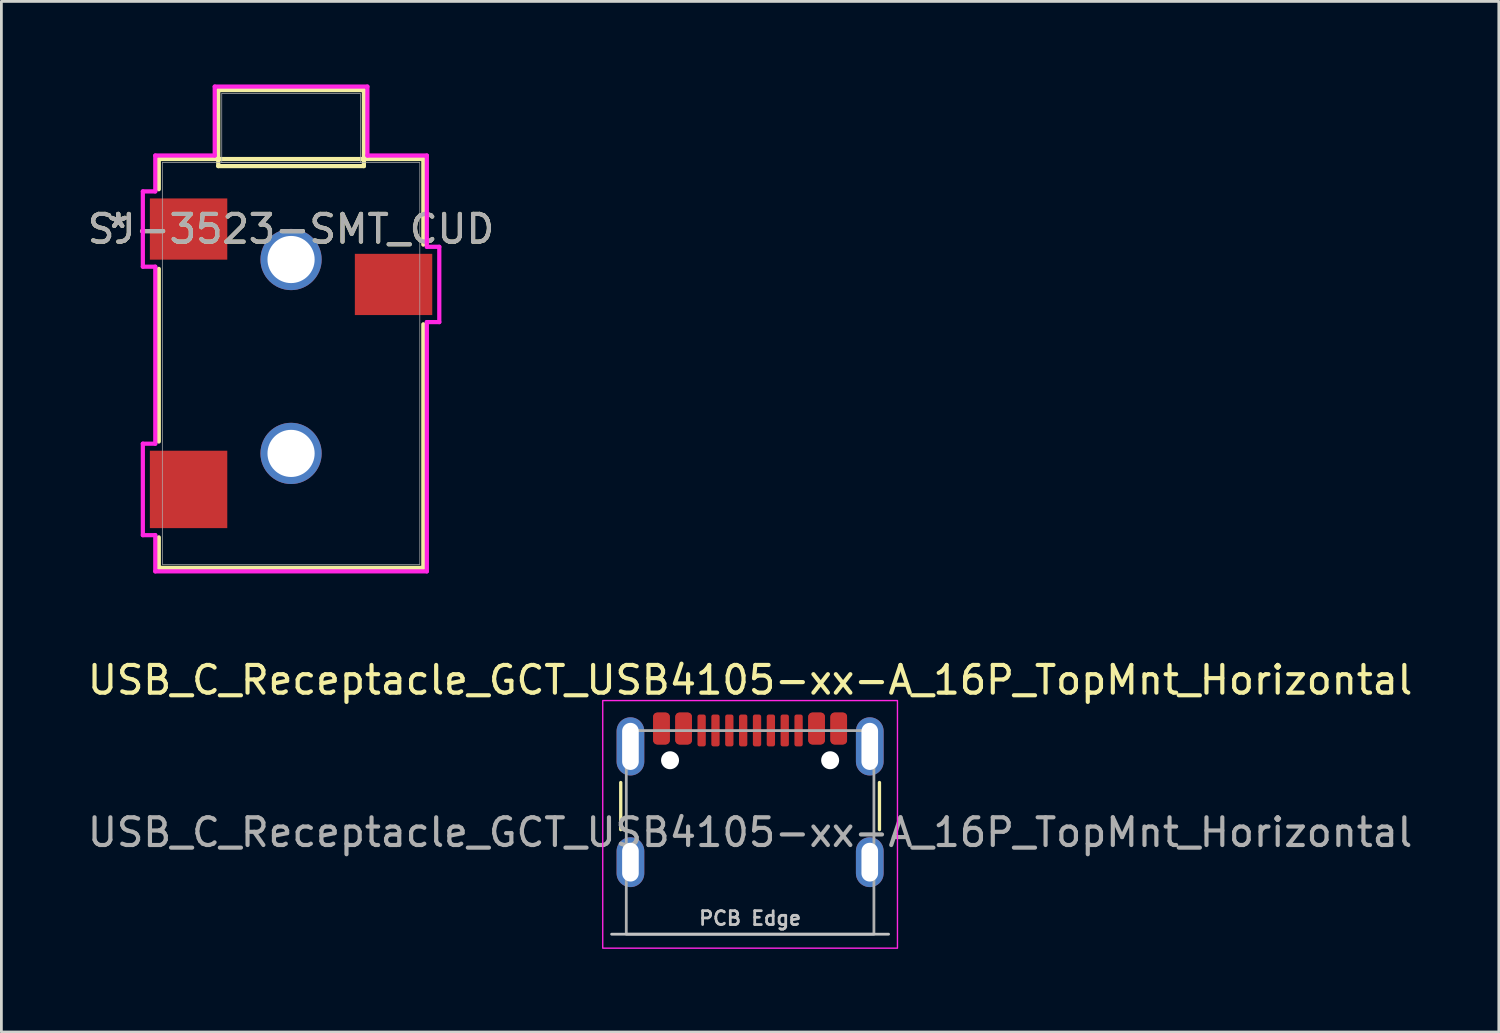
<source format=kicad_pcb>
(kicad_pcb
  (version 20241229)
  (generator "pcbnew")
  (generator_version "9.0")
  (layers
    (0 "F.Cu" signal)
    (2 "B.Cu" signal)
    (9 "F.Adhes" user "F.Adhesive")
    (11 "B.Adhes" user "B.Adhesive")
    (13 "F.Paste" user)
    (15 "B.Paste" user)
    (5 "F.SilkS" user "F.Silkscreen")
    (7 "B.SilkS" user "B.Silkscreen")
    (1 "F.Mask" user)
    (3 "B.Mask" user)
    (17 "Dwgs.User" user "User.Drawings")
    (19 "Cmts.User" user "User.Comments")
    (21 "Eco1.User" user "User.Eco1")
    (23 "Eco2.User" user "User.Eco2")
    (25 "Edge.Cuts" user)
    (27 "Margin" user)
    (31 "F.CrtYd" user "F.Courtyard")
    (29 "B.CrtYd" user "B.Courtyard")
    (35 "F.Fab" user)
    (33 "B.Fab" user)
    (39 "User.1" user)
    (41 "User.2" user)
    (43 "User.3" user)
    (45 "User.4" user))
  (footprint "USB_C_Receptacle_GCT_USB4105-xx-A_16P_TopMnt_Horizontal"
    (layer "F.Cu")
    (at 24.03 27.001)
    (property "Reference" "USB_C_Receptacle_GCT_USB4105-xx-A_16P_TopMnt_Horizontal" (at 0 -5.5 0) (unlocked yes) (layer "F.SilkS") (effects (font (size 1 1) (thickness 0.15))))
    (attr smd)
    (fp_line (start -4.67 -0.1) (end -4.67 -1.8) (stroke (width 0.12) (type solid)) (layer "F.SilkS"))
    (fp_line (start 4.67 -0.1) (end 4.67 -1.8) (stroke (width 0.12) (type solid)) (layer "F.SilkS"))
    (fp_line (start 5 3.675) (end -5 3.675) (stroke (width 0.1) (type solid)) (layer "Dwgs.User"))
    (fp_rect (start -5.32 -4.76) (end 5.32 4.18) (stroke (width 0.05) (type solid)) (fill no) (layer "F.CrtYd"))
    (fp_rect (start -4.47 -3.675) (end 4.47 3.675) (stroke (width 0.1) (type solid)) (fill no) (layer "F.Fab"))
    (fp_text user "PCB Edge" (at 0 3.1 0) (unlocked yes) (layer "Dwgs.User") (effects (font (size 0.5 0.5) (thickness 0.1))))
    (fp_text user "${REFERENCE}" (at 0 0 0) (unlocked yes) (layer "F.Fab") (effects (font (size 1 1) (thickness 0.15))))
    (pad "" np_thru_hole circle (at -2.89 -2.605) (size 0.65 0.65) (drill 0.65) (layers "*.Cu" "*.Mask"))
    (pad "" np_thru_hole circle (at 2.89 -2.605) (size 0.65 0.65) (drill 0.65) (layers "*.Cu" "*.Mask"))
    (pad "A1" smd roundrect (at -3.2 -3.75) (size 0.6 1.15) (layers "F.Cu" "F.Mask" "F.Paste") (roundrect_rratio 0.25))
    (pad "A4" smd roundrect (at -2.4 -3.75) (size 0.6 1.15) (layers "F.Cu" "F.Mask" "F.Paste") (roundrect_rratio 0.25))
    (pad "A5" smd roundrect (at -1.25 -3.68) (size 0.3 1.15) (layers "F.Cu" "F.Mask" "F.Paste") (roundrect_rratio 0.25))
    (pad "A6" smd roundrect (at -0.25 -3.68) (size 0.3 1.15) (layers "F.Cu" "F.Mask" "F.Paste") (roundrect_rratio 0.25))
    (pad "A7" smd roundrect (at 0.25 -3.68) (size 0.3 1.15) (layers "F.Cu" "F.Mask" "F.Paste") (roundrect_rratio 0.25))
    (pad "A8" smd roundrect (at 1.25 -3.68) (size 0.3 1.15) (layers "F.Cu" "F.Mask" "F.Paste") (roundrect_rratio 0.25))
    (pad "A9" smd roundrect (at 2.4 -3.75) (size 0.6 1.15) (layers "F.Cu" "F.Mask" "F.Paste") (roundrect_rratio 0.25))
    (pad "A12" smd roundrect (at 3.2 -3.75) (size 0.6 1.15) (layers "F.Cu" "F.Mask" "F.Paste") (roundrect_rratio 0.25))
    (pad "B1" smd roundrect (at 3.2 -3.75) (size 0.6 1.15) (layers "F.Cu" "F.Mask" "F.Paste") (roundrect_rratio 0.25))
    (pad "B4" smd roundrect (at 2.4 -3.75) (size 0.6 1.15) (layers "F.Cu" "F.Mask" "F.Paste") (roundrect_rratio 0.25))
    (pad "B5" smd roundrect (at 1.75 -3.68) (size 0.3 1.15) (layers "F.Cu" "F.Mask" "F.Paste") (roundrect_rratio 0.25))
    (pad "B6" smd roundrect (at 0.75 -3.68) (size 0.3 1.15) (layers "F.Cu" "F.Mask" "F.Paste") (roundrect_rratio 0.25))
    (pad "B7" smd roundrect (at -0.75 -3.68) (size 0.3 1.15) (layers "F.Cu" "F.Mask" "F.Paste") (roundrect_rratio 0.25))
    (pad "B8" smd roundrect (at -1.75 -3.68) (size 0.3 1.15) (layers "F.Cu" "F.Mask" "F.Paste") (roundrect_rratio 0.25))
    (pad "B9" smd roundrect (at -2.4 -3.75) (size 0.6 1.15) (layers "F.Cu" "F.Mask" "F.Paste") (roundrect_rratio 0.25))
    (pad "B12" smd roundrect (at -3.2 -3.75) (size 0.6 1.15) (layers "F.Cu" "F.Mask" "F.Paste") (roundrect_rratio 0.25))
    (pad "S1" thru_hole oval (at -4.32 -3.105) (size 1 2.1) (drill oval 0.6 1.7) (layers "*.Cu" "*.Mask" "F.Paste"))
    (pad "S1" thru_hole oval (at -4.32 1.075) (size 1 1.8) (drill oval 0.6 1.4) (layers "*.Cu" "*.Mask" "F.Paste"))
    (pad "S1" thru_hole oval (at 4.32 -3.105) (size 1 2.1) (drill oval 0.6 1.7) (layers "*.Cu" "*.Mask" "F.Paste"))
    (pad "S1" thru_hole oval (at 4.32 1.075) (size 1 1.8) (drill oval 0.6 1.4) (layers "*.Cu" "*.Mask" "F.Paste")))
  (footprint "SJ-3523-SMT_CUD"
    (layer "F.Cu")
    (at 7.458 10.071)
    (property "Reference" "SJ-3523-SMT_CUD" (at 0 -4.852 0) (unlocked yes) (layer "F.SilkS") (effects (font (size 1 1) (thickness 0.15))))
    (attr smd)
    (fp_line (start -4.775 -7.379) (end -4.775 -6.289) (stroke (width 0.152) (type solid)) (layer "F.SilkS"))
    (fp_line (start -4.775 -3.414) (end -4.775 2.819) (stroke (width 0.152) (type solid)) (layer "F.SilkS"))
    (fp_line (start -4.775 6.278) (end -4.775 7.379) (stroke (width 0.152) (type solid)) (layer "F.SilkS"))
    (fp_line (start -4.775 7.379) (end 4.775 7.379) (stroke (width 0.152) (type solid)) (layer "F.SilkS"))
    (fp_line (start -2.629 -9.868) (end -2.629 -7.125) (stroke (width 0.152) (type solid)) (layer "F.SilkS"))
    (fp_line (start -2.629 -7.125) (end 2.629 -7.125) (stroke (width 0.152) (type solid)) (layer "F.SilkS"))
    (fp_line (start 2.629 -9.868) (end -2.629 -9.868) (stroke (width 0.152) (type solid)) (layer "F.SilkS"))
    (fp_line (start 2.629 -7.125) (end 2.629 -9.868) (stroke (width 0.152) (type solid)) (layer "F.SilkS"))
    (fp_line (start 4.775 -7.379) (end -4.775 -7.379) (stroke (width 0.152) (type solid)) (layer "F.SilkS"))
    (fp_line (start 4.775 -4.289) (end 4.775 -7.379) (stroke (width 0.152) (type solid)) (layer "F.SilkS"))
    (fp_line (start 4.775 7.379) (end 4.775 -1.414) (stroke (width 0.152) (type solid)) (layer "F.SilkS"))
    (fp_line (start -5.351 -6.211) (end -5.351 -3.493) (stroke (width 0.152) (type solid)) (layer "F.CrtYd"))
    (fp_line (start -5.351 -3.493) (end -4.902 -3.493) (stroke (width 0.152) (type solid)) (layer "F.CrtYd"))
    (fp_line (start -5.351 2.897) (end -5.351 6.199) (stroke (width 0.152) (type solid)) (layer "F.CrtYd"))
    (fp_line (start -5.351 6.199) (end -4.902 6.199) (stroke (width 0.152) (type solid)) (layer "F.CrtYd"))
    (fp_line (start -4.902 -7.506) (end -4.902 -6.211) (stroke (width 0.152) (type solid)) (layer "F.CrtYd"))
    (fp_line (start -4.902 -6.211) (end -5.351 -6.211) (stroke (width 0.152) (type solid)) (layer "F.CrtYd"))
    (fp_line (start -4.902 -3.493) (end -4.902 2.897) (stroke (width 0.152) (type solid)) (layer "F.CrtYd"))
    (fp_line (start -4.902 2.897) (end -5.351 2.897) (stroke (width 0.152) (type solid)) (layer "F.CrtYd"))
    (fp_line (start -4.902 6.199) (end -4.902 7.506) (stroke (width 0.152) (type solid)) (layer "F.CrtYd"))
    (fp_line (start -4.902 7.506) (end 4.902 7.506) (stroke (width 0.152) (type solid)) (layer "F.CrtYd"))
    (fp_line (start -2.756 -9.995) (end -2.756 -7.506) (stroke (width 0.152) (type solid)) (layer "F.CrtYd"))
    (fp_line (start -2.756 -7.506) (end -4.902 -7.506) (stroke (width 0.152) (type solid)) (layer "F.CrtYd"))
    (fp_line (start 2.756 -9.995) (end -2.756 -9.995) (stroke (width 0.152) (type solid)) (layer "F.CrtYd"))
    (fp_line (start 2.756 -7.506) (end 2.756 -9.995) (stroke (width 0.152) (type solid)) (layer "F.CrtYd"))
    (fp_line (start 4.902 -7.506) (end 2.756 -7.506) (stroke (width 0.152) (type solid)) (layer "F.CrtYd"))
    (fp_line (start 4.902 -4.211) (end 4.902 -7.506) (stroke (width 0.152) (type solid)) (layer "F.CrtYd"))
    (fp_line (start 4.902 -1.493) (end 5.351 -1.493) (stroke (width 0.152) (type solid)) (layer "F.CrtYd"))
    (fp_line (start 4.902 7.506) (end 4.902 -1.493) (stroke (width 0.152) (type solid)) (layer "F.CrtYd"))
    (fp_line (start 5.351 -4.211) (end 4.902 -4.211) (stroke (width 0.152) (type solid)) (layer "F.CrtYd"))
    (fp_line (start 5.351 -1.493) (end 5.351 -4.211) (stroke (width 0.152) (type solid)) (layer "F.CrtYd"))
    (fp_line (start -4.648 -7.252) (end -4.648 7.252) (stroke (width 0.025) (type solid)) (layer "F.Fab"))
    (fp_line (start -4.648 7.252) (end 4.648 7.252) (stroke (width 0.025) (type solid)) (layer "F.Fab"))
    (fp_line (start -2.502 -9.741) (end -2.502 -7.252) (stroke (width 0.025) (type solid)) (layer "F.Fab"))
    (fp_line (start -2.502 -7.252) (end 2.502 -7.252) (stroke (width 0.025) (type solid)) (layer "F.Fab"))
    (fp_line (start 2.502 -9.741) (end -2.502 -9.741) (stroke (width 0.025) (type solid)) (layer "F.Fab"))
    (fp_line (start 2.502 -7.252) (end 2.502 -9.741) (stroke (width 0.025) (type solid)) (layer "F.Fab"))
    (fp_line (start 4.648 -7.252) (end -4.648 -7.252) (stroke (width 0.025) (type solid)) (layer "F.Fab"))
    (fp_line (start 4.648 7.252) (end 4.648 -7.252) (stroke (width 0.025) (type solid)) (layer "F.Fab"))
    (fp_text user "*" (at -6.24 -4.852 0) (layer "F.SilkS") (effects (font (size 1 1) (thickness 0.15))))
    (fp_text user "*" (at -6.24 -4.852 0) (unlocked yes) (layer "F.SilkS") (effects (font (size 1 1) (thickness 0.15))))
    (fp_text user "*" (at -6.24 -4.852 0) (unlocked yes) (layer "F.Fab") (effects (font (size 1 1) (thickness 0.15))))
    (fp_text user "*" (at -6.24 -4.852 0) (layer "F.Fab") (effects (font (size 1 1) (thickness 0.15))))
    (fp_text user "${REFERENCE}" (at 0 -4.852 0) (unlocked yes) (layer "F.Fab") (effects (font (size 1 1) (thickness 0.15))))
    (pad "1" smd rect (at -3.7 -4.852) (size 2.794 2.21) (layers "F.Cu" "F.Mask" "F.Paste"))
    (pad "2" smd rect (at -3.7 4.548) (size 2.794 2.794) (layers "F.Cu" "F.Mask" "F.Paste"))
    (pad "3" smd rect (at 3.7 -2.852) (size 2.794 2.21) (layers "F.Cu" "F.Mask" "F.Paste"))
    (pad "4" thru_hole circle (at 0 -3.752) (size 2.21 2.21) (drill 1.702) (layers "*.Cu" "*.Mask"))
    (pad "5" thru_hole circle (at 0 3.248) (size 2.21 2.21) (drill 1.702) (layers "*.Cu" "*.Mask")))
  (gr_rect
    (start -3 -3)
    (end 51.06 34.206)
    (stroke (width 0.1) (type default))
    (fill no)
    (layer "Edge.Cuts")))
</source>
